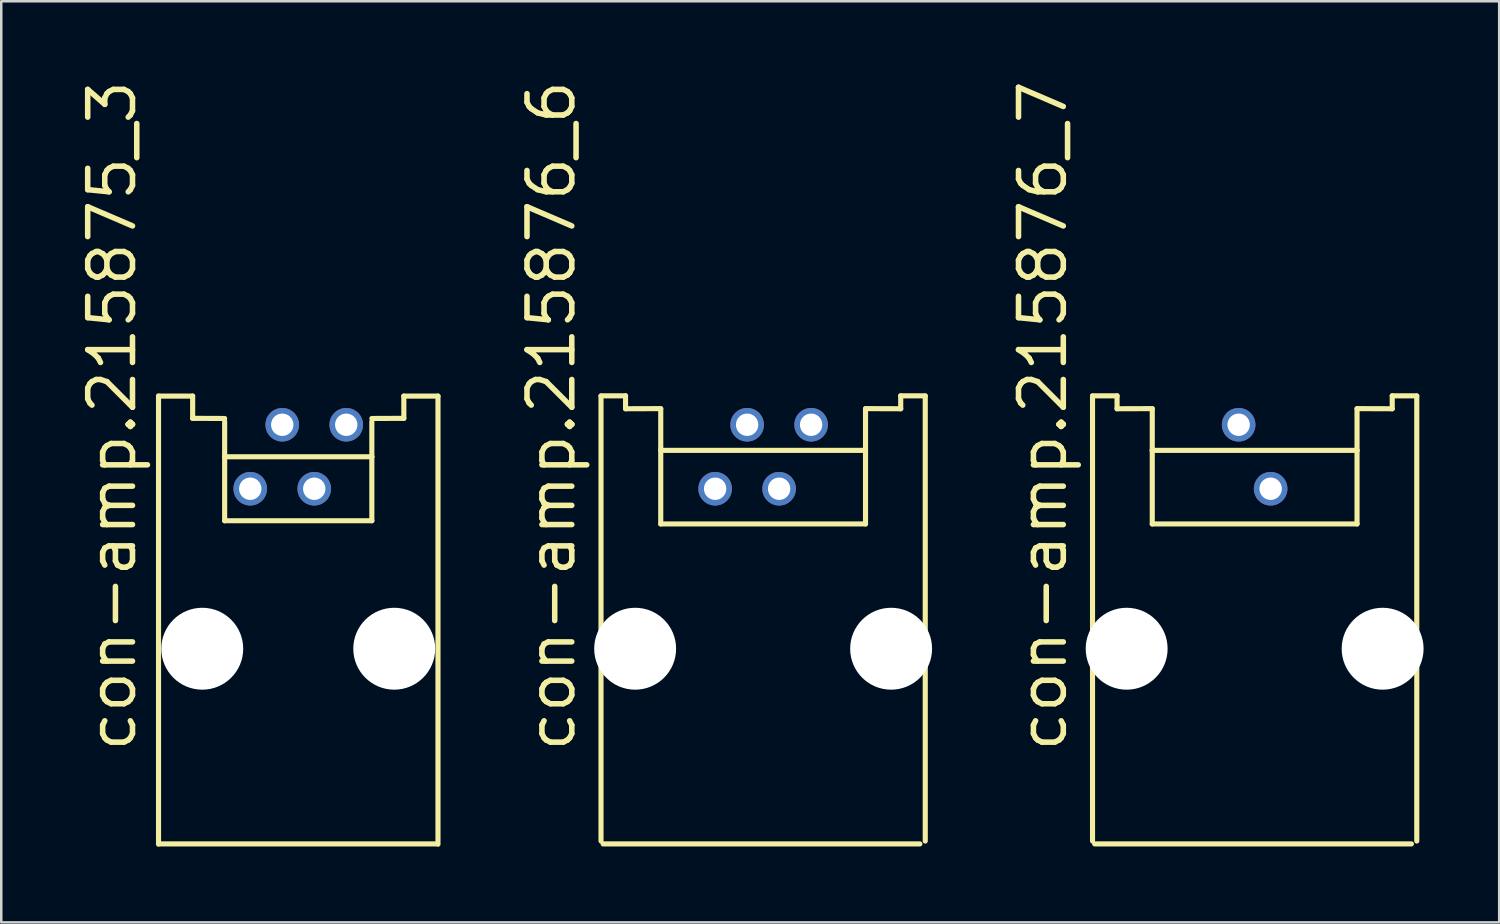
<source format=kicad_pcb>
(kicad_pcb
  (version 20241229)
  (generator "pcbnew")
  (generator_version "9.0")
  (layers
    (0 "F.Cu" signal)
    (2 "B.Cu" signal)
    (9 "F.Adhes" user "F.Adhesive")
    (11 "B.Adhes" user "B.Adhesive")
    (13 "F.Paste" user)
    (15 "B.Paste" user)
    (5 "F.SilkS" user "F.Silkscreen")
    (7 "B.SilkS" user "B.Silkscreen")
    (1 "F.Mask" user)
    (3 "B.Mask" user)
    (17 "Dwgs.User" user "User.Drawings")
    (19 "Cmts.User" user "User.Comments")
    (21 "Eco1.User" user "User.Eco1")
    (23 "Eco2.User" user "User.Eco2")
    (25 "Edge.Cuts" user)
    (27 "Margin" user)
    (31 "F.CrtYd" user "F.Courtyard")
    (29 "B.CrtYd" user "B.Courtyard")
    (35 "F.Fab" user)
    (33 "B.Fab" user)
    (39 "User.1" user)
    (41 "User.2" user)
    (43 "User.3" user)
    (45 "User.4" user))
  (footprint "con-amp.215875_3"
    (layer "F.Cu")
    (at 8.788 22.699)
    (property "Reference" "con-amp.215875_3" (at -6.35 4.191 90) (layer "F.SilkS") (effects (font (size 1.778 1.778) (thickness 0.22)) (justify left bottom)))
    (attr through_hole)
    (fp_line (start -5.546 -10.028) (end -4.191 -10.028) (stroke (width 0.203) (type default)) (layer "F.SilkS"))
    (fp_line (start -5.546 7.76) (end -5.546 -10.028) (stroke (width 0.203) (type default)) (layer "F.SilkS"))
    (fp_line (start -4.191 -10.028) (end -4.191 -9.144) (stroke (width 0.203) (type default)) (layer "F.SilkS"))
    (fp_line (start -4.191 -9.144) (end -2.921 -9.139) (stroke (width 0.203) (type default)) (layer "F.SilkS"))
    (fp_line (start -2.921 -9.017) (end -2.921 -7.62) (stroke (width 0.203) (type default)) (layer "F.SilkS"))
    (fp_line (start -2.921 -7.62) (end -2.921 -5.08) (stroke (width 0.203) (type default)) (layer "F.SilkS"))
    (fp_line (start -2.921 -7.62) (end 2.921 -7.62) (stroke (width 0.203) (type default)) (layer "F.SilkS"))
    (fp_line (start -2.921 -5.08) (end 2.921 -5.08) (stroke (width 0.203) (type default)) (layer "F.SilkS"))
    (fp_line (start 2.921 -9.139) (end 4.191 -9.144) (stroke (width 0.203) (type default)) (layer "F.SilkS"))
    (fp_line (start 2.921 -9.017) (end 2.921 -7.62) (stroke (width 0.203) (type default)) (layer "F.SilkS"))
    (fp_line (start 2.921 -7.62) (end 2.921 -5.08) (stroke (width 0.203) (type default)) (layer "F.SilkS"))
    (fp_line (start 4.191 -10.028) (end 5.546 -10.028) (stroke (width 0.203) (type default)) (layer "F.SilkS"))
    (fp_line (start 4.191 -9.144) (end 4.191 -10.028) (stroke (width 0.203) (type default)) (layer "F.SilkS"))
    (fp_line (start 5.461 7.747) (end -5.461 7.747) (stroke (width 0.203) (type default)) (layer "F.SilkS"))
    (fp_line (start 5.546 -10.028) (end 5.546 7.76) (stroke (width 0.203) (type default)) (layer "F.SilkS"))
    (pad "" np_thru_hole circle (at -3.81 0) (size 3.251 3.251) (drill 3.251) (layers "*.Cu" "*.Mask"))
    (pad "" np_thru_hole circle (at 3.81 0) (size 3.251 3.251) (drill 3.251) (layers "*.Cu" "*.Mask"))
    (pad "1" thru_hole circle (at -1.905 -6.35) (size 1.333 1.333) (drill 0.889) (layers "*.Cu" "*.Mask"))
    (pad "2" thru_hole circle (at -0.635 -8.89) (size 1.333 1.333) (drill 0.889) (layers "*.Cu" "*.Mask"))
    (pad "3" thru_hole circle (at 0.635 -6.35) (size 1.333 1.333) (drill 0.889) (layers "*.Cu" "*.Mask"))
    (pad "4" thru_hole circle (at 1.905 -8.89) (size 1.333 1.333) (drill 0.889) (layers "*.Cu" "*.Mask")))
  (footprint "con-amp.215876_7"
    (layer "F.Cu")
    (at 46.749 22.699)
    (property "Reference" "con-amp.215876_7" (at -7.366 4.191 90) (layer "F.SilkS") (effects (font (size 1.778 1.778) (thickness 0.22)) (justify left bottom)))
    (attr through_hole)
    (fp_line (start -6.435 7.633) (end -6.435 -10.028) (stroke (width 0.203) (type default)) (layer "F.SilkS"))
    (fp_line (start -5.461 -10.038) (end -6.435 -10.038) (stroke (width 0.203) (type default)) (layer "F.SilkS"))
    (fp_line (start -5.461 -9.525) (end -5.461 -10.038) (stroke (width 0.203) (type default)) (layer "F.SilkS"))
    (fp_line (start -4.064 -9.53) (end -5.461 -9.525) (stroke (width 0.203) (type default)) (layer "F.SilkS"))
    (fp_line (start -4.064 -9.525) (end -4.064 -7.874) (stroke (width 0.203) (type default)) (layer "F.SilkS"))
    (fp_line (start -4.064 -7.874) (end -4.064 -4.953) (stroke (width 0.203) (type default)) (layer "F.SilkS"))
    (fp_line (start -4.064 -7.874) (end 4.064 -7.874) (stroke (width 0.203) (type default)) (layer "F.SilkS"))
    (fp_line (start 4.064 -9.53) (end 5.461 -9.525) (stroke (width 0.203) (type default)) (layer "F.SilkS"))
    (fp_line (start 4.064 -9.525) (end 4.064 -7.874) (stroke (width 0.203) (type default)) (layer "F.SilkS"))
    (fp_line (start 4.064 -7.874) (end 4.064 -4.953) (stroke (width 0.203) (type default)) (layer "F.SilkS"))
    (fp_line (start 4.064 -4.953) (end -4.064 -4.953) (stroke (width 0.203) (type default)) (layer "F.SilkS"))
    (fp_line (start 5.461 -10.038) (end 6.435 -10.038) (stroke (width 0.203) (type default)) (layer "F.SilkS"))
    (fp_line (start 5.461 -9.525) (end 5.461 -10.038) (stroke (width 0.203) (type default)) (layer "F.SilkS"))
    (fp_line (start 6.223 7.747) (end -6.35 7.747) (stroke (width 0.203) (type default)) (layer "F.SilkS"))
    (fp_line (start 6.435 7.633) (end 6.435 -10.028) (stroke (width 0.203) (type default)) (layer "F.SilkS"))
    (pad "" np_thru_hole circle (at -5.08 0) (size 3.251 3.251) (drill 3.251) (layers "*.Cu" "*.Mask"))
    (pad "" np_thru_hole circle (at 5.08 0) (size 3.251 3.251) (drill 3.251) (layers "*.Cu" "*.Mask"))
    (pad "1" thru_hole circle (at -0.635 -8.89) (size 1.333 1.333) (drill 0.889) (layers "*.Cu" "*.Mask"))
    (pad "2" thru_hole circle (at 0.635 -6.35) (size 1.333 1.333) (drill 0.889) (layers "*.Cu" "*.Mask")))
  (footprint "con-amp.215876_6"
    (layer "F.Cu")
    (at 27.24 22.699)
    (property "Reference" "con-amp.215876_6" (at -7.366 4.191 90) (layer "F.SilkS") (effects (font (size 1.778 1.778) (thickness 0.22)) (justify left bottom)))
    (attr through_hole)
    (fp_line (start -6.435 7.633) (end -6.435 -10.028) (stroke (width 0.203) (type default)) (layer "F.SilkS"))
    (fp_line (start -5.461 -10.038) (end -6.435 -10.038) (stroke (width 0.203) (type default)) (layer "F.SilkS"))
    (fp_line (start -5.461 -9.525) (end -5.461 -10.038) (stroke (width 0.203) (type default)) (layer "F.SilkS"))
    (fp_line (start -4.064 -9.53) (end -5.461 -9.525) (stroke (width 0.203) (type default)) (layer "F.SilkS"))
    (fp_line (start -4.064 -9.525) (end -4.064 -7.874) (stroke (width 0.203) (type default)) (layer "F.SilkS"))
    (fp_line (start -4.064 -7.874) (end -4.064 -4.953) (stroke (width 0.203) (type default)) (layer "F.SilkS"))
    (fp_line (start -4.064 -7.874) (end 4.064 -7.874) (stroke (width 0.203) (type default)) (layer "F.SilkS"))
    (fp_line (start 4.064 -9.53) (end 5.461 -9.525) (stroke (width 0.203) (type default)) (layer "F.SilkS"))
    (fp_line (start 4.064 -9.525) (end 4.064 -7.874) (stroke (width 0.203) (type default)) (layer "F.SilkS"))
    (fp_line (start 4.064 -7.874) (end 4.064 -4.953) (stroke (width 0.203) (type default)) (layer "F.SilkS"))
    (fp_line (start 4.064 -4.953) (end -4.064 -4.953) (stroke (width 0.203) (type default)) (layer "F.SilkS"))
    (fp_line (start 5.461 -10.038) (end 6.435 -10.038) (stroke (width 0.203) (type default)) (layer "F.SilkS"))
    (fp_line (start 5.461 -9.525) (end 5.461 -10.038) (stroke (width 0.203) (type default)) (layer "F.SilkS"))
    (fp_line (start 6.223 7.747) (end -6.35 7.747) (stroke (width 0.203) (type default)) (layer "F.SilkS"))
    (fp_line (start 6.435 7.633) (end 6.435 -10.028) (stroke (width 0.203) (type default)) (layer "F.SilkS"))
    (pad "" np_thru_hole circle (at -5.08 0) (size 3.251 3.251) (drill 3.251) (layers "*.Cu" "*.Mask"))
    (pad "" np_thru_hole circle (at 5.08 0) (size 3.251 3.251) (drill 3.251) (layers "*.Cu" "*.Mask"))
    (pad "1" thru_hole circle (at -1.905 -6.35) (size 1.333 1.333) (drill 0.889) (layers "*.Cu" "*.Mask"))
    (pad "2" thru_hole circle (at -0.635 -8.89) (size 1.333 1.333) (drill 0.889) (layers "*.Cu" "*.Mask"))
    (pad "3" thru_hole circle (at 0.635 -6.35) (size 1.333 1.333) (drill 0.889) (layers "*.Cu" "*.Mask"))
    (pad "4" thru_hole circle (at 1.905 -8.89) (size 1.333 1.333) (drill 0.889) (layers "*.Cu" "*.Mask")))
  (gr_rect
    (start -3 -3)
    (end 56.455 33.56)
    (stroke (width 0.1) (type default))
    (fill no)
    (layer "Edge.Cuts")))
</source>
